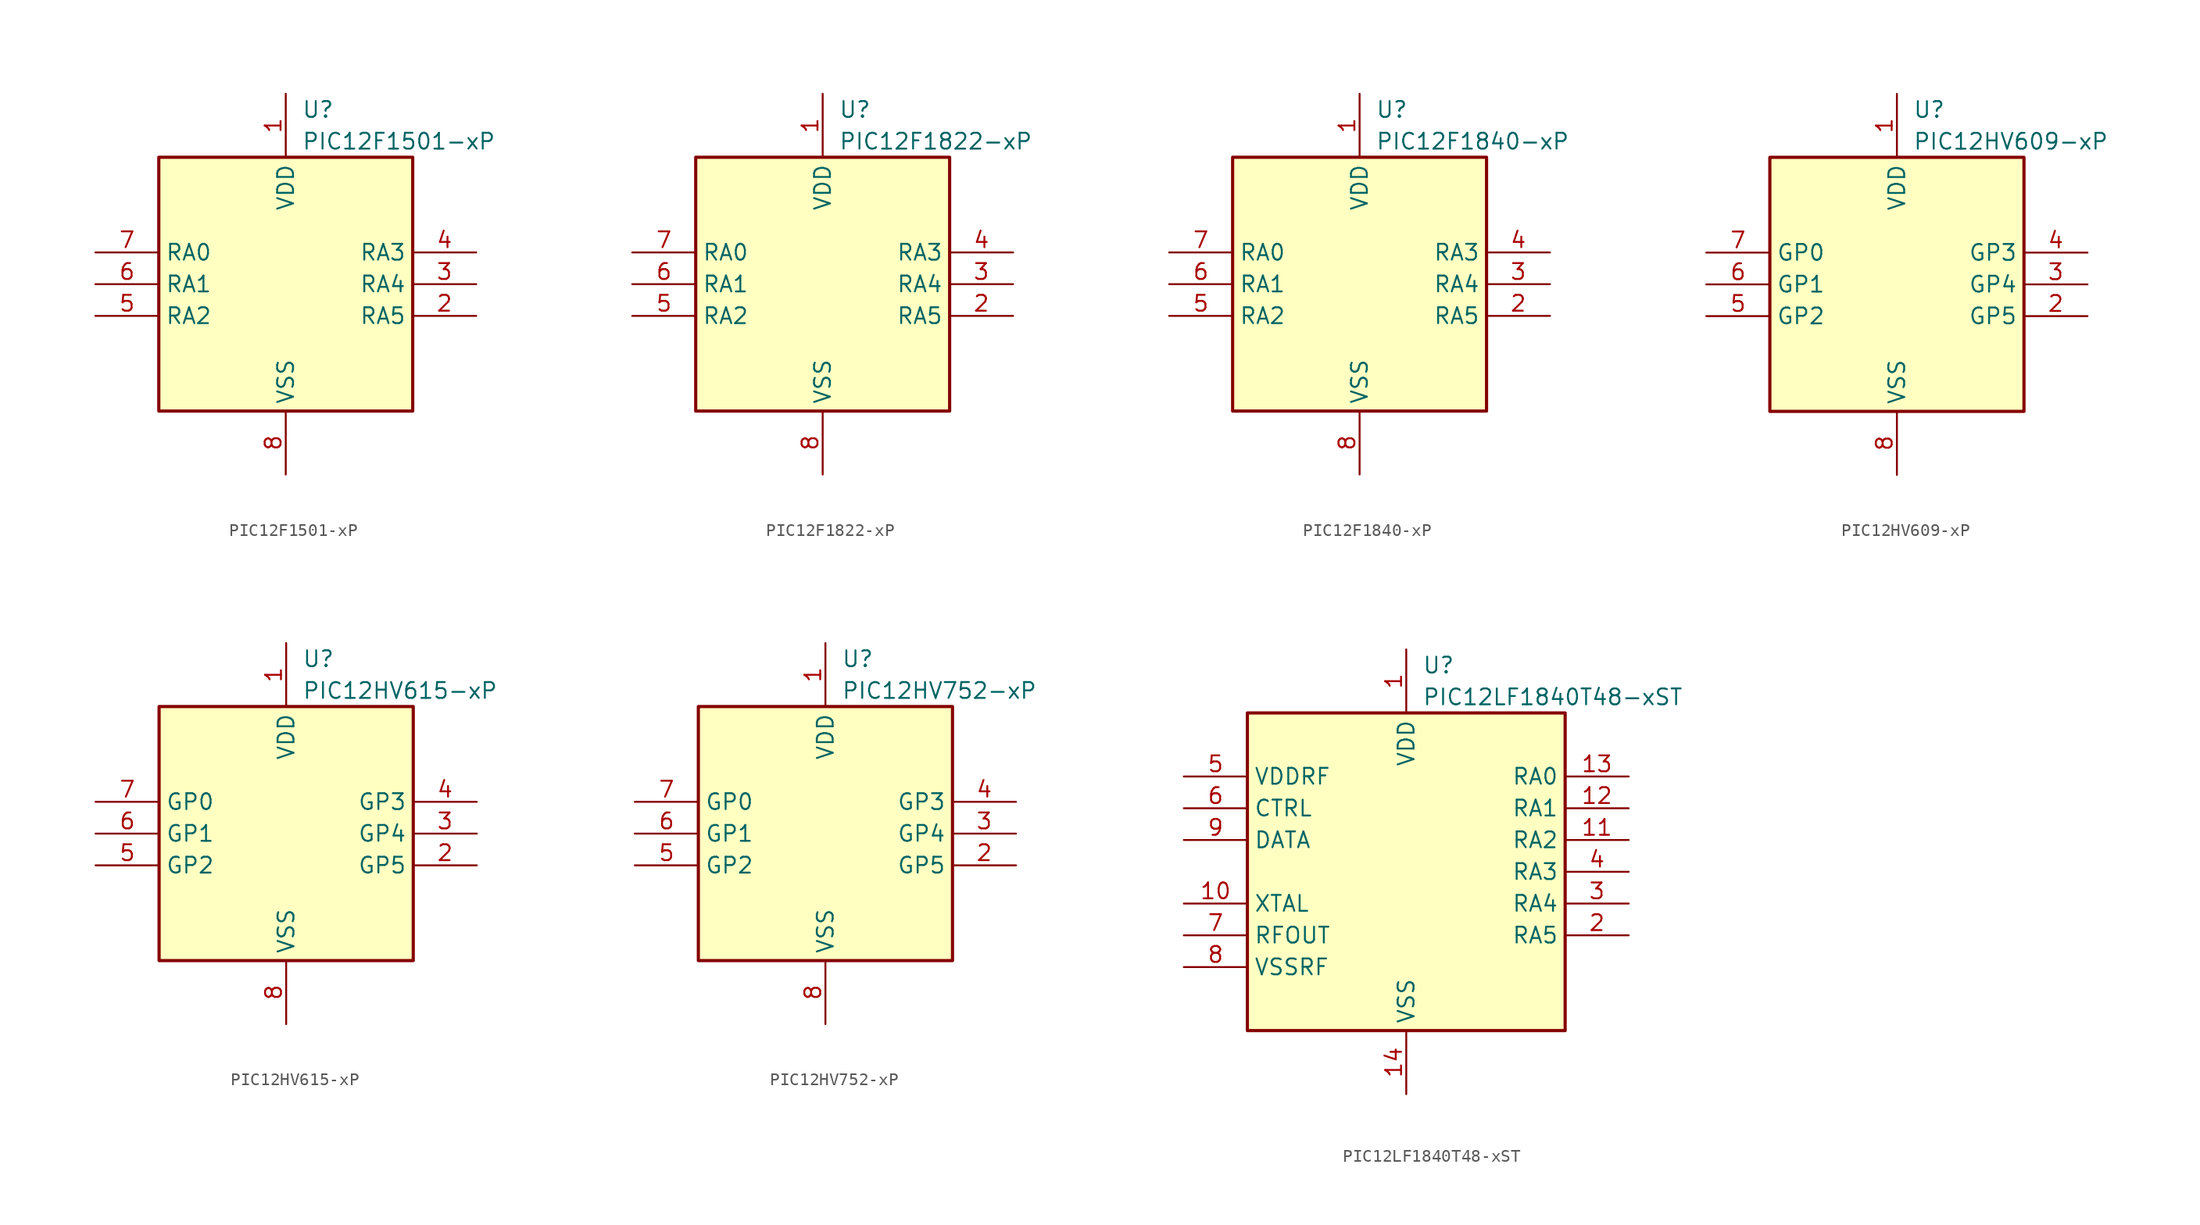
<source format=kicad_sym>
(kicad_symbol_lib
  (version 20241209)
  (generator "kicad_symbol_editor")
  (generator_version "9.0")
  (symbol "PIC12F1501-xP"
    (property "Reference" "U"
      (at 1.27 13.97 0)
      (effects (font (size 1.27 1.27)) (justify left)))
    (property "Value" "PIC12F1501-xP"
      (at 1.27 11.43 0)
      (effects (font (size 1.27 1.27)) (justify left)))
    (symbol "PIC12F1501-xP_0_1"
      (rectangle (start 10.16 -10.16) (end -10.16 10.16) (stroke (width 0.254) (type default)) (fill (type background))))
    (symbol "PIC12F1501-xP_1_1"
      (pin bidirectional line (at -15.24 2.54 0) (length 5.08) (name "RA0" (effects (font (size 1.27 1.27)))) (number "7" (effects (font (size 1.27 1.27)))))
      (pin bidirectional line (at -15.24 0 0) (length 5.08) (name "RA1" (effects (font (size 1.27 1.27)))) (number "6" (effects (font (size 1.27 1.27)))))
      (pin bidirectional line (at -15.24 -2.54 0) (length 5.08) (name "RA2" (effects (font (size 1.27 1.27)))) (number "5" (effects (font (size 1.27 1.27)))))
      (pin power_in line (at 0 15.24 270) (length 5.08) (name "VDD" (effects (font (size 1.27 1.27)))) (number "1" (effects (font (size 1.27 1.27)))))
      (pin power_in line (at 0 -15.24 90) (length 5.08) (name "VSS" (effects (font (size 1.27 1.27)))) (number "8" (effects (font (size 1.27 1.27)))))
      (pin input line (at 15.24 2.54 180) (length 5.08) (name "RA3" (effects (font (size 1.27 1.27)))) (number "4" (effects (font (size 1.27 1.27)))))
      (pin bidirectional line (at 15.24 0 180) (length 5.08) (name "RA4" (effects (font (size 1.27 1.27)))) (number "3" (effects (font (size 1.27 1.27)))))
      (pin bidirectional line (at 15.24 -2.54 180) (length 5.08) (name "RA5" (effects (font (size 1.27 1.27)))) (number "2" (effects (font (size 1.27 1.27)))))))
  (symbol "PIC12F1822-xP"
    (property "Reference" "U"
      (at 1.27 13.97 0)
      (effects (font (size 1.27 1.27)) (justify left)))
    (property "Value" "PIC12F1822-xP"
      (at 1.27 11.43 0)
      (effects (font (size 1.27 1.27)) (justify left)))
    (symbol "PIC12F1822-xP_0_1"
      (rectangle (start 10.16 -10.16) (end -10.16 10.16) (stroke (width 0.254) (type default)) (fill (type background))))
    (symbol "PIC12F1822-xP_1_1"
      (pin bidirectional line (at -15.24 2.54 0) (length 5.08) (name "RA0" (effects (font (size 1.27 1.27)))) (number "7" (effects (font (size 1.27 1.27)))))
      (pin bidirectional line (at -15.24 0 0) (length 5.08) (name "RA1" (effects (font (size 1.27 1.27)))) (number "6" (effects (font (size 1.27 1.27)))))
      (pin bidirectional line (at -15.24 -2.54 0) (length 5.08) (name "RA2" (effects (font (size 1.27 1.27)))) (number "5" (effects (font (size 1.27 1.27)))))
      (pin power_in line (at 0 15.24 270) (length 5.08) (name "VDD" (effects (font (size 1.27 1.27)))) (number "1" (effects (font (size 1.27 1.27)))))
      (pin power_in line (at 0 -15.24 90) (length 5.08) (name "VSS" (effects (font (size 1.27 1.27)))) (number "8" (effects (font (size 1.27 1.27)))))
      (pin input line (at 15.24 2.54 180) (length 5.08) (name "RA3" (effects (font (size 1.27 1.27)))) (number "4" (effects (font (size 1.27 1.27)))))
      (pin bidirectional line (at 15.24 0 180) (length 5.08) (name "RA4" (effects (font (size 1.27 1.27)))) (number "3" (effects (font (size 1.27 1.27)))))
      (pin bidirectional line (at 15.24 -2.54 180) (length 5.08) (name "RA5" (effects (font (size 1.27 1.27)))) (number "2" (effects (font (size 1.27 1.27)))))))
  (symbol "PIC12F1840-xP"
    (property "Reference" "U"
      (at 1.27 13.97 0)
      (effects (font (size 1.27 1.27)) (justify left)))
    (property "Value" "PIC12F1840-xP"
      (at 1.27 11.43 0)
      (effects (font (size 1.27 1.27)) (justify left)))
    (symbol "PIC12F1840-xP_0_1"
      (rectangle (start 10.16 -10.16) (end -10.16 10.16) (stroke (width 0.254) (type default)) (fill (type background))))
    (symbol "PIC12F1840-xP_1_1"
      (pin bidirectional line (at -15.24 2.54 0) (length 5.08) (name "RA0" (effects (font (size 1.27 1.27)))) (number "7" (effects (font (size 1.27 1.27)))))
      (pin bidirectional line (at -15.24 0 0) (length 5.08) (name "RA1" (effects (font (size 1.27 1.27)))) (number "6" (effects (font (size 1.27 1.27)))))
      (pin bidirectional line (at -15.24 -2.54 0) (length 5.08) (name "RA2" (effects (font (size 1.27 1.27)))) (number "5" (effects (font (size 1.27 1.27)))))
      (pin power_in line (at 0 15.24 270) (length 5.08) (name "VDD" (effects (font (size 1.27 1.27)))) (number "1" (effects (font (size 1.27 1.27)))))
      (pin power_in line (at 0 -15.24 90) (length 5.08) (name "VSS" (effects (font (size 1.27 1.27)))) (number "8" (effects (font (size 1.27 1.27)))))
      (pin input line (at 15.24 2.54 180) (length 5.08) (name "RA3" (effects (font (size 1.27 1.27)))) (number "4" (effects (font (size 1.27 1.27)))))
      (pin bidirectional line (at 15.24 0 180) (length 5.08) (name "RA4" (effects (font (size 1.27 1.27)))) (number "3" (effects (font (size 1.27 1.27)))))
      (pin bidirectional line (at 15.24 -2.54 180) (length 5.08) (name "RA5" (effects (font (size 1.27 1.27)))) (number "2" (effects (font (size 1.27 1.27)))))))
  (symbol "PIC12HV609-xP"
    (property "Reference" "U"
      (at 1.27 13.97 0)
      (effects (font (size 1.27 1.27)) (justify left)))
    (property "Value" "PIC12HV609-xP"
      (at 1.27 11.43 0)
      (effects (font (size 1.27 1.27)) (justify left)))
    (symbol "PIC12HV609-xP_0_1"
      (rectangle (start 10.16 -10.16) (end -10.16 10.16) (stroke (width 0.254) (type default)) (fill (type background))))
    (symbol "PIC12HV609-xP_1_1"
      (pin bidirectional line (at -15.24 2.54 0) (length 5.08) (name "GP0" (effects (font (size 1.27 1.27)))) (number "7" (effects (font (size 1.27 1.27)))))
      (pin bidirectional line (at -15.24 0 0) (length 5.08) (name "GP1" (effects (font (size 1.27 1.27)))) (number "6" (effects (font (size 1.27 1.27)))))
      (pin bidirectional line (at -15.24 -2.54 0) (length 5.08) (name "GP2" (effects (font (size 1.27 1.27)))) (number "5" (effects (font (size 1.27 1.27)))))
      (pin power_in line (at 0 15.24 270) (length 5.08) (name "VDD" (effects (font (size 1.27 1.27)))) (number "1" (effects (font (size 1.27 1.27)))))
      (pin power_in line (at 0 -15.24 90) (length 5.08) (name "VSS" (effects (font (size 1.27 1.27)))) (number "8" (effects (font (size 1.27 1.27)))))
      (pin input line (at 15.24 2.54 180) (length 5.08) (name "GP3" (effects (font (size 1.27 1.27)))) (number "4" (effects (font (size 1.27 1.27)))))
      (pin bidirectional line (at 15.24 0 180) (length 5.08) (name "GP4" (effects (font (size 1.27 1.27)))) (number "3" (effects (font (size 1.27 1.27)))))
      (pin bidirectional line (at 15.24 -2.54 180) (length 5.08) (name "GP5" (effects (font (size 1.27 1.27)))) (number "2" (effects (font (size 1.27 1.27)))))))
  (symbol "PIC12HV615-xP"
    (property "Reference" "U"
      (at 1.27 13.97 0)
      (effects (font (size 1.27 1.27)) (justify left)))
    (property "Value" "PIC12HV615-xP"
      (at 1.27 11.43 0)
      (effects (font (size 1.27 1.27)) (justify left)))
    (symbol "PIC12HV615-xP_0_1"
      (rectangle (start 10.16 -10.16) (end -10.16 10.16) (stroke (width 0.254) (type default)) (fill (type background))))
    (symbol "PIC12HV615-xP_1_1"
      (pin bidirectional line (at -15.24 2.54 0) (length 5.08) (name "GP0" (effects (font (size 1.27 1.27)))) (number "7" (effects (font (size 1.27 1.27)))))
      (pin bidirectional line (at -15.24 0 0) (length 5.08) (name "GP1" (effects (font (size 1.27 1.27)))) (number "6" (effects (font (size 1.27 1.27)))))
      (pin bidirectional line (at -15.24 -2.54 0) (length 5.08) (name "GP2" (effects (font (size 1.27 1.27)))) (number "5" (effects (font (size 1.27 1.27)))))
      (pin power_in line (at 0 15.24 270) (length 5.08) (name "VDD" (effects (font (size 1.27 1.27)))) (number "1" (effects (font (size 1.27 1.27)))))
      (pin power_in line (at 0 -15.24 90) (length 5.08) (name "VSS" (effects (font (size 1.27 1.27)))) (number "8" (effects (font (size 1.27 1.27)))))
      (pin input line (at 15.24 2.54 180) (length 5.08) (name "GP3" (effects (font (size 1.27 1.27)))) (number "4" (effects (font (size 1.27 1.27)))))
      (pin bidirectional line (at 15.24 0 180) (length 5.08) (name "GP4" (effects (font (size 1.27 1.27)))) (number "3" (effects (font (size 1.27 1.27)))))
      (pin bidirectional line (at 15.24 -2.54 180) (length 5.08) (name "GP5" (effects (font (size 1.27 1.27)))) (number "2" (effects (font (size 1.27 1.27)))))))
  (symbol "PIC12HV752-xP"
    (property "Reference" "U"
      (at 1.27 13.97 0)
      (effects (font (size 1.27 1.27)) (justify left)))
    (property "Value" "PIC12HV752-xP"
      (at 1.27 11.43 0)
      (effects (font (size 1.27 1.27)) (justify left)))
    (symbol "PIC12HV752-xP_0_1"
      (rectangle (start 10.16 -10.16) (end -10.16 10.16) (stroke (width 0.254) (type default)) (fill (type background))))
    (symbol "PIC12HV752-xP_1_1"
      (pin bidirectional line (at -15.24 2.54 0) (length 5.08) (name "GP0" (effects (font (size 1.27 1.27)))) (number "7" (effects (font (size 1.27 1.27)))))
      (pin bidirectional line (at -15.24 0 0) (length 5.08) (name "GP1" (effects (font (size 1.27 1.27)))) (number "6" (effects (font (size 1.27 1.27)))))
      (pin bidirectional line (at -15.24 -2.54 0) (length 5.08) (name "GP2" (effects (font (size 1.27 1.27)))) (number "5" (effects (font (size 1.27 1.27)))))
      (pin power_in line (at 0 15.24 270) (length 5.08) (name "VDD" (effects (font (size 1.27 1.27)))) (number "1" (effects (font (size 1.27 1.27)))))
      (pin power_in line (at 0 -15.24 90) (length 5.08) (name "VSS" (effects (font (size 1.27 1.27)))) (number "8" (effects (font (size 1.27 1.27)))))
      (pin input line (at 15.24 2.54 180) (length 5.08) (name "GP3" (effects (font (size 1.27 1.27)))) (number "4" (effects (font (size 1.27 1.27)))))
      (pin bidirectional line (at 15.24 0 180) (length 5.08) (name "GP4" (effects (font (size 1.27 1.27)))) (number "3" (effects (font (size 1.27 1.27)))))
      (pin bidirectional line (at 15.24 -2.54 180) (length 5.08) (name "GP5" (effects (font (size 1.27 1.27)))) (number "2" (effects (font (size 1.27 1.27)))))))
  (symbol "PIC12LF1840T48-xST"
    (property "Reference" "U"
      (at 1.27 16.51 0)
      (effects (font (size 1.27 1.27)) (justify left)))
    (property "Value" "PIC12LF1840T48-xST"
      (at 1.27 13.97 0)
      (effects (font (size 1.27 1.27)) (justify left)))
    (symbol "PIC12LF1840T48-xST_0_1"
      (rectangle (start 12.7 -12.7) (end -12.7 12.7) (stroke (width 0.254) (type default)) (fill (type background))))
    (symbol "PIC12LF1840T48-xST_1_1"
      (pin power_in line (at -17.78 7.62 0) (length 5.08) (name "VDDRF" (effects (font (size 1.27 1.27)))) (number "5" (effects (font (size 1.27 1.27)))))
      (pin input line (at -17.78 5.08 0) (length 5.08) (name "CTRL" (effects (font (size 1.27 1.27)))) (number "6" (effects (font (size 1.27 1.27)))))
      (pin input line (at -17.78 2.54 0) (length 5.08) (name "DATA" (effects (font (size 1.27 1.27)))) (number "9" (effects (font (size 1.27 1.27)))))
      (pin input line (at -17.78 -2.54 0) (length 5.08) (name "XTAL" (effects (font (size 1.27 1.27)))) (number "10" (effects (font (size 1.27 1.27)))))
      (pin input line (at -17.78 -5.08 0) (length 5.08) (name "RFOUT" (effects (font (size 1.27 1.27)))) (number "7" (effects (font (size 1.27 1.27)))))
      (pin power_in line (at -17.78 -7.62 0) (length 5.08) (name "VSSRF" (effects (font (size 1.27 1.27)))) (number "8" (effects (font (size 1.27 1.27)))))
      (pin power_in line (at 0 17.78 270) (length 5.08) (name "VDD" (effects (font (size 1.27 1.27)))) (number "1" (effects (font (size 1.27 1.27)))))
      (pin power_in line (at 0 -17.78 90) (length 5.08) (name "VSS" (effects (font (size 1.27 1.27)))) (number "14" (effects (font (size 1.27 1.27)))))
      (pin bidirectional line (at 17.78 7.62 180) (length 5.08) (name "RA0" (effects (font (size 1.27 1.27)))) (number "13" (effects (font (size 1.27 1.27)))))
      (pin bidirectional line (at 17.78 5.08 180) (length 5.08) (name "RA1" (effects (font (size 1.27 1.27)))) (number "12" (effects (font (size 1.27 1.27)))))
      (pin bidirectional line (at 17.78 2.54 180) (length 5.08) (name "RA2" (effects (font (size 1.27 1.27)))) (number "11" (effects (font (size 1.27 1.27)))))
      (pin input line (at 17.78 0 180) (length 5.08) (name "RA3" (effects (font (size 1.27 1.27)))) (number "4" (effects (font (size 1.27 1.27)))))
      (pin bidirectional line (at 17.78 -2.54 180) (length 5.08) (name "RA4" (effects (font (size 1.27 1.27)))) (number "3" (effects (font (size 1.27 1.27)))))
      (pin bidirectional line (at 17.78 -5.08 180) (length 5.08) (name "RA5" (effects (font (size 1.27 1.27)))) (number "2" (effects (font (size 1.27 1.27))))))))
</source>
